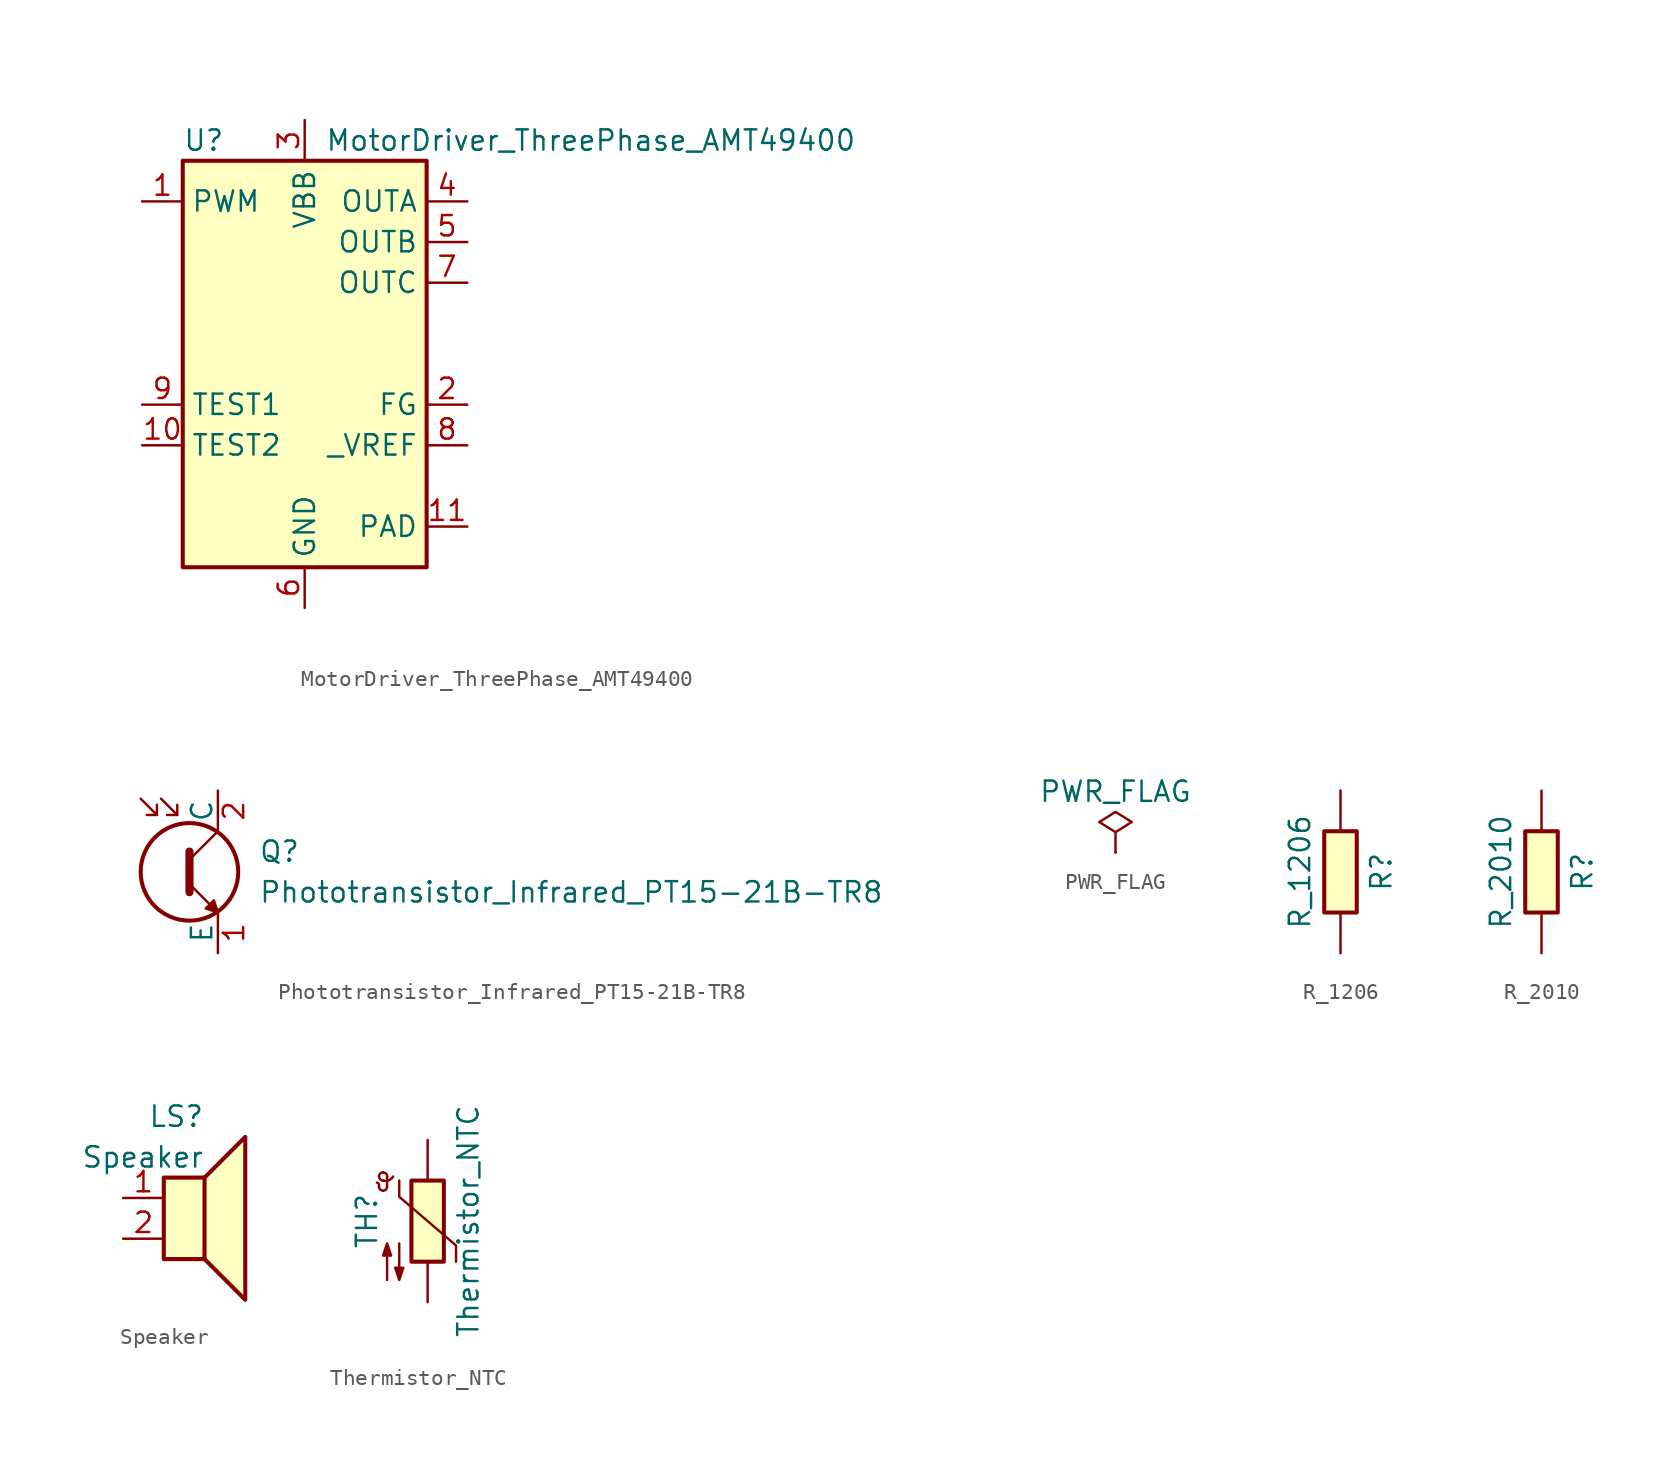
<source format=kicad_sym>
(kicad_symbol_lib
  (version 20211014)
  (generator kicad_symbol_editor)
  (symbol "MotorDriver_ThreePhase_AMT49400"
    (property "Reference" "U"
      (at -7.62 13.97 0)
      (effects (font (size 1.27 1.27)) (justify left)))
    (property "Value" "MotorDriver_ThreePhase_AMT49400"
      (at 1.27 13.97 0)
      (effects (font (size 1.27 1.27)) (justify left)))
    (symbol "MotorDriver_ThreePhase_AMT49400_0_1"
      (rectangle (start -7.62 12.7) (end 7.62 -12.7) (stroke (width 0.254) (type default) (color 0 0 0 0)) (fill (type background))))
    (symbol "MotorDriver_ThreePhase_AMT49400_1_1"
      (pin input line (at -10.16 10.16 0) (length 2.54) (name "PWM" (effects (font (size 1.27 1.27)))) (number "1" (effects (font (size 1.27 1.27)))))
      (pin unspecified line (at -10.16 -5.08 0) (length 2.54) (name "TEST2" (effects (font (size 1.27 1.27)))) (number "10" (effects (font (size 1.27 1.27)))))
      (pin passive line (at 10.16 -10.16 180) (length 2.54) (name "PAD" (effects (font (size 1.27 1.27)))) (number "11" (effects (font (size 1.27 1.27)))))
      (pin output line (at 10.16 -2.54 180) (length 2.54) (name "FG" (effects (font (size 1.27 1.27)))) (number "2" (effects (font (size 1.27 1.27)))))
      (pin power_in line (at 0 15.24 270) (length 2.54) (name "VBB" (effects (font (size 1.27 1.27)))) (number "3" (effects (font (size 1.27 1.27)))))
      (pin output line (at 10.16 10.16 180) (length 2.54) (name "OUTA" (effects (font (size 1.27 1.27)))) (number "4" (effects (font (size 1.27 1.27)))))
      (pin output line (at 10.16 7.62 180) (length 2.54) (name "OUTB" (effects (font (size 1.27 1.27)))) (number "5" (effects (font (size 1.27 1.27)))))
      (pin power_in line (at 0 -15.24 90) (length 2.54) (name "GND" (effects (font (size 1.27 1.27)))) (number "6" (effects (font (size 1.27 1.27)))))
      (pin output line (at 10.16 5.08 180) (length 2.54) (name "OUTC" (effects (font (size 1.27 1.27)))) (number "7" (effects (font (size 1.27 1.27)))))
      (pin output line (at 10.16 -5.08 180) (length 2.54) (name "_VREF" (effects (font (size 1.27 1.27)))) (number "8" (effects (font (size 1.27 1.27)))))
      (pin unspecified line (at -10.16 -2.54 0) (length 2.54) (name "TEST1" (effects (font (size 1.27 1.27)))) (number "9" (effects (font (size 1.27 1.27)))))))
  (symbol "Phototransistor_Infrared_PT15-21B-TR8"
    (pin_names
      (offset 0))
    (property "Reference" "Q"
      (at 2.54 1.27 0)
      (effects (font (size 1.27 1.27)) (justify left)))
    (property "Value" "Phototransistor_Infrared_PT15-21B-TR8"
      (at 2.54 -1.27 0)
      (effects (font (size 1.27 1.27)) (justify left)))
    (symbol "Phototransistor_Infrared_PT15-21B-TR8_0_1"
      (circle (center -1.778 0) (radius 3.048) (stroke (width 0.254) (type default) (color 0 0 0 0)) (fill (type none)))
      (polyline (pts (xy -3.81 3.556) (xy -4.445 3.556)) (stroke (width 0) (type default) (color 0 0 0 0)) (fill (type none)))
      (polyline (pts (xy -2.54 3.556) (xy -3.175 3.556)) (stroke (width 0) (type default) (color 0 0 0 0)) (fill (type none)))
      (polyline (pts (xy -1.778 1.27) (xy -1.778 -1.27)) (stroke (width 0.508) (type default) (color 0 0 0 0)) (fill (type none)))
      (polyline (pts (xy -4.826 4.572) (xy -3.81 3.556) (xy -3.81 4.191)) (stroke (width 0) (type default) (color 0 0 0 0)) (fill (type none)))
      (polyline (pts (xy -3.556 4.572) (xy -2.54 3.556) (xy -2.54 4.191)) (stroke (width 0) (type default) (color 0 0 0 0)) (fill (type none)))
      (polyline (pts (xy 0 -2.54) (xy -0.254 -1.778) (xy -0.762 -2.286) (xy 0 -2.54)) (stroke (width 0) (type default) (color 0 0 0 0)) (fill (type outline)))
      (polyline (pts (xy 0 2.54) (xy -1.778 0.762) (xy -1.778 -0.762) (xy 0 -2.54)) (stroke (width 0) (type default) (color 0 0 0 0)) (fill (type none))))
    (symbol "Phototransistor_Infrared_PT15-21B-TR8_1_1"
      (pin passive line (at 0 -5.08 90) (length 2.54) (name "E" (effects (font (size 1.27 1.27)))) (number "1" (effects (font (size 1.27 1.27)))))
      (pin passive line (at 0 5.08 270) (length 2.54) (name "C" (effects (font (size 1.27 1.27)))) (number "2" (effects (font (size 1.27 1.27)))))))
  (symbol "PWR_FLAG"
    (power)
    (pin_numbers hide)
    (pin_names
      (offset 0) hide)
    (property "Reference" "#FLG"
      (at 0 1.905 0)
      (effects (font (size 1.27 1.27)) hide))
    (property "Value" "PWR_FLAG"
      (at 0 3.81 0)
      (effects (font (size 1.27 1.27))))
    (symbol "PWR_FLAG_0_0"
      (pin power_out line (at 0 0 90) (length 0) (name "PWR_FLAG" (effects (font (size 1.27 1.27)))) (number "1" (effects (font (size 1.27 1.27))))))
    (symbol "PWR_FLAG_0_1"
      (polyline (pts (xy 0 0) (xy 0 1.27) (xy -1.016 1.905) (xy 0 2.54) (xy 1.016 1.905) (xy 0 1.27)) (stroke (width 0) (type default) (color 0 0 0 0)) (fill (type none)))))
  (symbol "R_1206"
    (pin_numbers hide)
    (pin_names
      (offset 0))
    (property "Reference" "R"
      (at 2.54 0 90)
      (effects (font (size 1.27 1.27))))
    (property "Value" "R_1206"
      (at -2.54 0 90)
      (effects (font (size 1.27 1.27))))
    (symbol "R_1206_0_1"
      (rectangle (start -1.016 -2.54) (end 1.016 2.54) (stroke (width 0.254) (type default) (color 0 0 0 0)) (fill (type background))))
    (symbol "R_1206_1_1"
      (pin passive line (at 0 5.08 270) (length 2.54) (name "~" (effects (font (size 1.27 1.27)))) (number "1" (effects (font (size 1.27 1.27)))))
      (pin passive line (at 0 -5.08 90) (length 2.54) (name "~" (effects (font (size 1.27 1.27)))) (number "2" (effects (font (size 1.27 1.27)))))))
  (symbol "R_2010"
    (pin_numbers hide)
    (pin_names
      (offset 0))
    (property "Reference" "R"
      (at 2.54 0 90)
      (effects (font (size 1.27 1.27))))
    (property "Value" "R_2010"
      (at -2.54 0 90)
      (effects (font (size 1.27 1.27))))
    (symbol "R_2010_0_1"
      (rectangle (start -1.016 -2.54) (end 1.016 2.54) (stroke (width 0.254) (type default) (color 0 0 0 0)) (fill (type background))))
    (symbol "R_2010_1_1"
      (pin passive line (at 0 5.08 270) (length 2.54) (name "~" (effects (font (size 1.27 1.27)))) (number "1" (effects (font (size 1.27 1.27)))))
      (pin passive line (at 0 -5.08 90) (length 2.54) (name "~" (effects (font (size 1.27 1.27)))) (number "2" (effects (font (size 1.27 1.27)))))))
  (symbol "Speaker"
    (pin_names
      (offset 0) hide)
    (property "Reference" "LS"
      (at 1.27 6.35 0)
      (effects (font (size 1.27 1.27)) (justify right)))
    (property "Value" "Speaker"
      (at 1.27 3.81 0)
      (effects (font (size 1.27 1.27)) (justify right)))
    (symbol "Speaker_0_0"
      (rectangle (start -1.27 2.54) (end 1.27 -2.54) (stroke (width 0.254) (type default) (color 0 0 0 0)) (fill (type background)))
      (polyline (pts (xy 1.27 2.54) (xy 3.81 5.08) (xy 3.81 -5.08) (xy 1.27 -2.54)) (stroke (width 0.254) (type default) (color 0 0 0 0)) (fill (type background))))
    (symbol "Speaker_1_1"
      (pin input line (at -3.81 1.27 0) (length 2.54) (name "1" (effects (font (size 1.27 1.27)))) (number "1" (effects (font (size 1.27 1.27)))))
      (pin input line (at -3.81 -1.27 0) (length 2.54) (name "2" (effects (font (size 1.27 1.27)))) (number "2" (effects (font (size 1.27 1.27)))))))
  (symbol "Thermistor_NTC"
    (pin_numbers hide)
    (pin_names
      (offset 0))
    (property "Reference" "TH"
      (at -3.81 0 90)
      (effects (font (size 1.27 1.27))))
    (property "Value" "Thermistor_NTC"
      (at 2.54 0 90)
      (effects (font (size 1.27 1.27))))
    (symbol "Thermistor_NTC_0_1"
      (arc (start -3.048 2.159) (mid -3.0505 2.3165) (end -3.175 2.413) (stroke (width 0) (type default) (color 0 0 0 0)) (fill (type none)))
      (arc (start -3.048 2.159) (mid -2.9736 1.9794) (end -2.794 1.905) (stroke (width 0) (type default) (color 0 0 0 0)) (fill (type none)))
      (arc (start -3.048 2.794) (mid -2.9736 2.6144) (end -2.794 2.54) (stroke (width 0) (type default) (color 0 0 0 0)) (fill (type none)))
      (arc (start -2.794 1.905) (mid -2.6144 1.9794) (end -2.54 2.159) (stroke (width 0) (type default) (color 0 0 0 0)) (fill (type none)))
      (arc (start -2.794 2.54) (mid -2.434 2.5608) (end -2.159 2.794) (stroke (width 0) (type default) (color 0 0 0 0)) (fill (type none)))
      (arc (start -2.794 3.048) (mid -2.9736 2.9736) (end -3.048 2.794) (stroke (width 0) (type default) (color 0 0 0 0)) (fill (type none)))
      (arc (start -2.54 2.794) (mid -2.6144 2.9736) (end -2.794 3.048) (stroke (width 0) (type default) (color 0 0 0 0)) (fill (type none)))
      (rectangle (start -1.016 2.54) (end 1.016 -2.54) (stroke (width 0.254) (type default) (color 0 0 0 0)) (fill (type background)))
      (polyline (pts (xy -2.54 2.159) (xy -2.54 2.794)) (stroke (width 0) (type default) (color 0 0 0 0)) (fill (type none)))
      (polyline (pts (xy -1.778 2.54) (xy -1.778 1.524) (xy 1.778 -1.524) (xy 1.778 -2.54)) (stroke (width 0) (type default) (color 0 0 0 0)) (fill (type none)))
      (polyline (pts (xy -2.54 -3.683) (xy -2.54 -1.397) (xy -2.794 -2.159) (xy -2.286 -2.159) (xy -2.54 -1.397) (xy -2.54 -1.651)) (stroke (width 0) (type default) (color 0 0 0 0)) (fill (type outline)))
      (polyline (pts (xy -1.778 -1.397) (xy -1.778 -3.683) (xy -2.032 -2.921) (xy -1.524 -2.921) (xy -1.778 -3.683) (xy -1.778 -3.429)) (stroke (width 0) (type default) (color 0 0 0 0)) (fill (type outline))))
    (symbol "Thermistor_NTC_1_1"
      (pin passive line (at 0 5.08 270) (length 2.54) (name "~" (effects (font (size 1.27 1.27)))) (number "1" (effects (font (size 1.27 1.27)))))
      (pin passive line (at 0 -5.08 90) (length 2.54) (name "~" (effects (font (size 1.27 1.27)))) (number "2" (effects (font (size 1.27 1.27))))))))
</source>
